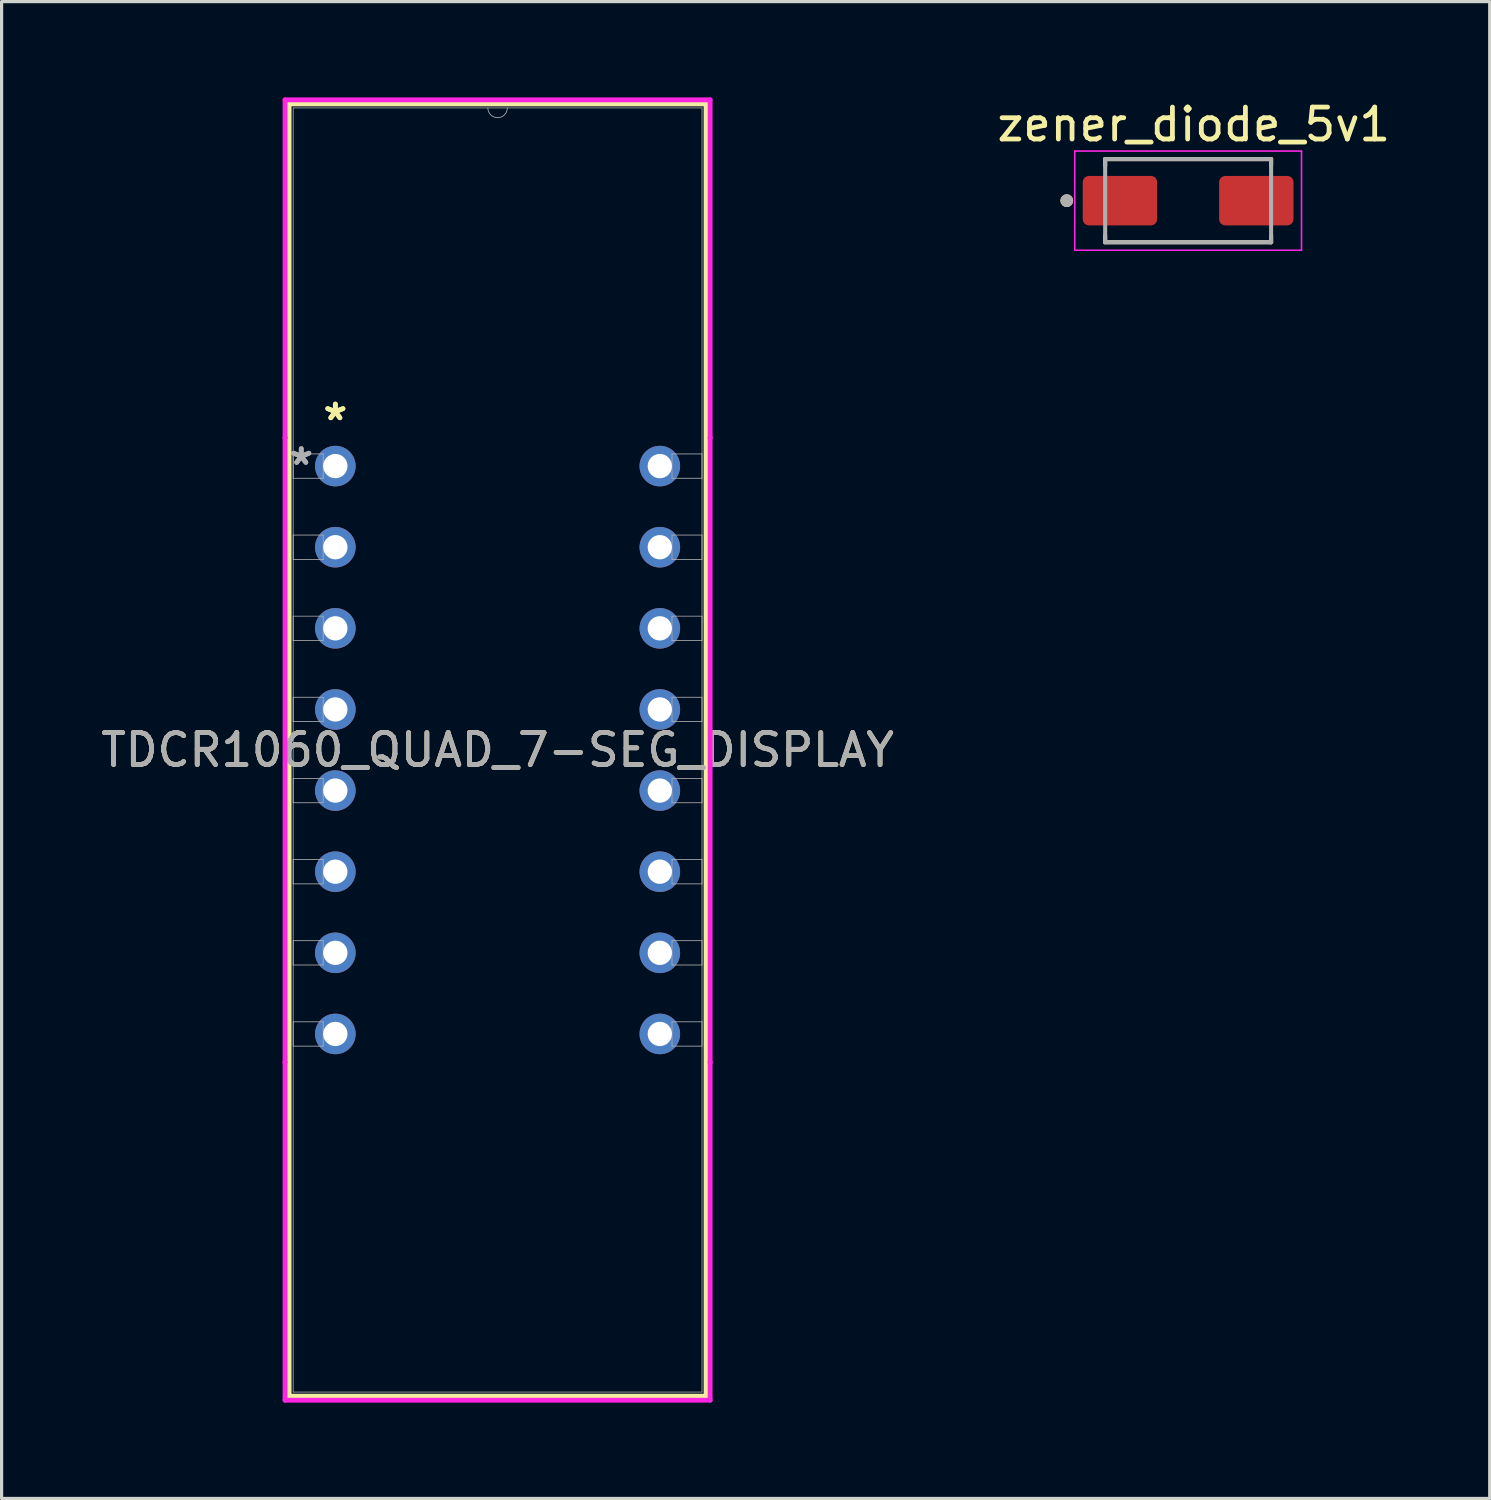
<source format=kicad_pcb>
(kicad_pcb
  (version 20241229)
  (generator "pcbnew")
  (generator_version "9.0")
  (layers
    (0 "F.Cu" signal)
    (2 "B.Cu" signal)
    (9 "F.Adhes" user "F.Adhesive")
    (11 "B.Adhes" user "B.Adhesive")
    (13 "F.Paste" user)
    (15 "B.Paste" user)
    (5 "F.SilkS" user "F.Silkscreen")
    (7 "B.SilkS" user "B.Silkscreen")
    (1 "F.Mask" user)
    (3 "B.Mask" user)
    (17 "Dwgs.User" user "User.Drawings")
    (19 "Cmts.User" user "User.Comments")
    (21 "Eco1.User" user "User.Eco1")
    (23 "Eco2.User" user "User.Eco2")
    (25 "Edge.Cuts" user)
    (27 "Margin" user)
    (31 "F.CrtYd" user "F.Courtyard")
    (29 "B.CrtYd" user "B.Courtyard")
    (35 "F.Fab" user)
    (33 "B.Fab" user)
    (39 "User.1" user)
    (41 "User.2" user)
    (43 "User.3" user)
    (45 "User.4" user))
  (footprint "zener_diode_5v1"
    (layer "F.Cu")
    (at 34.152 3.233)
    (property "Reference" "zener_diode_5v1" (at 0.175 -2.385 0) (layer "F.SilkS") (effects (font (size 1 1) (thickness 0.15))))
    (attr smd)
    (fp_line (start -2.598 -1.302) (end 2.598 -1.302) (stroke (width 0.127) (type solid)) (layer "F.SilkS"))
    (fp_line (start -2.598 -1.095) (end -2.598 -1.302) (stroke (width 0.127) (type solid)) (layer "F.SilkS"))
    (fp_line (start -2.598 1.302) (end -2.598 1.095) (stroke (width 0.127) (type solid)) (layer "F.SilkS"))
    (fp_line (start 2.598 -1.302) (end 2.598 -1.095) (stroke (width 0.127) (type solid)) (layer "F.SilkS"))
    (fp_line (start 2.598 1.302) (end -2.598 1.302) (stroke (width 0.127) (type solid)) (layer "F.SilkS"))
    (fp_line (start 2.598 1.302) (end 2.598 1.095) (stroke (width 0.127) (type solid)) (layer "F.SilkS"))
    (fp_circle (center -3.8 0) (end -3.7 0) (stroke (width 0.2) (type solid)) (fill no) (layer "F.SilkS"))
    (fp_line (start -3.55 -1.552) (end -3.55 1.552) (stroke (width 0.05) (type solid)) (layer "F.CrtYd"))
    (fp_line (start -3.55 1.552) (end 3.55 1.552) (stroke (width 0.05) (type solid)) (layer "F.CrtYd"))
    (fp_line (start 3.55 -1.552) (end -3.55 -1.552) (stroke (width 0.05) (type solid)) (layer "F.CrtYd"))
    (fp_line (start 3.55 1.552) (end 3.55 -1.552) (stroke (width 0.05) (type solid)) (layer "F.CrtYd"))
    (fp_line (start -2.598 -1.302) (end 2.598 -1.302) (stroke (width 0.127) (type solid)) (layer "F.Fab"))
    (fp_line (start -2.598 1.302) (end -2.598 -1.302) (stroke (width 0.127) (type solid)) (layer "F.Fab"))
    (fp_line (start 2.598 -1.302) (end 2.598 1.302) (stroke (width 0.127) (type solid)) (layer "F.Fab"))
    (fp_line (start 2.598 1.302) (end -2.598 1.302) (stroke (width 0.127) (type solid)) (layer "F.Fab"))
    (fp_circle (center -3.8 0) (end -3.7 0) (stroke (width 0.2) (type solid)) (fill no) (layer "F.Fab"))
    (pad "1" smd roundrect (at -2.135 0) (size 2.33 1.55) (layers "F.Cu" "F.Mask" "F.Paste") (roundrect_rratio 0.125))
    (pad "2" smd roundrect (at 2.135 0) (size 2.33 1.55) (layers "F.Cu" "F.Mask" "F.Paste") (roundrect_rratio 0.125)))
  (footprint "TDCR1060_QUAD_7-SEG_DISPLAY"
    (layer "F.Cu")
    (at 7.45 11.544)
    (property "Reference" "TDCR1060_QUAD_7-SEG_DISPLAY" (at 5.08 8.89 0) (unlocked yes) (layer "F.SilkS") (effects (font (size 1 1) (thickness 0.15))))
    (attr through_hole)
    (fp_line (start -1.448 -11.341) (end -1.448 29.121) (stroke (width 0.152) (type solid)) (layer "F.SilkS"))
    (fp_line (start -1.448 29.121) (end 11.608 29.121) (stroke (width 0.152) (type solid)) (layer "F.SilkS"))
    (fp_line (start 11.608 -11.341) (end -1.448 -11.341) (stroke (width 0.152) (type solid)) (layer "F.SilkS"))
    (fp_line (start 11.608 29.121) (end 11.608 -11.341) (stroke (width 0.152) (type solid)) (layer "F.SilkS"))
    (fp_line (start -1.575 -11.468) (end 11.735 -11.468) (stroke (width 0.152) (type solid)) (layer "F.CrtYd"))
    (fp_line (start -1.575 -0.889) (end -1.575 -11.468) (stroke (width 0.152) (type solid)) (layer "F.CrtYd"))
    (fp_line (start -1.575 -0.889) (end -1.575 -0.889) (stroke (width 0.152) (type solid)) (layer "F.CrtYd"))
    (fp_line (start -1.575 18.669) (end -1.575 -0.889) (stroke (width 0.152) (type solid)) (layer "F.CrtYd"))
    (fp_line (start -1.575 18.669) (end -1.575 18.669) (stroke (width 0.152) (type solid)) (layer "F.CrtYd"))
    (fp_line (start -1.575 29.248) (end -1.575 18.669) (stroke (width 0.152) (type solid)) (layer "F.CrtYd"))
    (fp_line (start 11.735 -11.468) (end 11.735 -0.889) (stroke (width 0.152) (type solid)) (layer "F.CrtYd"))
    (fp_line (start 11.735 -0.889) (end 11.735 -0.889) (stroke (width 0.152) (type solid)) (layer "F.CrtYd"))
    (fp_line (start 11.735 -0.889) (end 11.735 18.669) (stroke (width 0.152) (type solid)) (layer "F.CrtYd"))
    (fp_line (start 11.735 18.669) (end 11.735 18.669) (stroke (width 0.152) (type solid)) (layer "F.CrtYd"))
    (fp_line (start 11.735 18.669) (end 11.735 29.248) (stroke (width 0.152) (type solid)) (layer "F.CrtYd"))
    (fp_line (start 11.735 29.248) (end -1.575 29.248) (stroke (width 0.152) (type solid)) (layer "F.CrtYd"))
    (fp_line (start -1.321 -11.214) (end -1.321 28.994) (stroke (width 0.025) (type solid)) (layer "F.Fab"))
    (fp_line (start -1.321 -0.381) (end -0.381 -0.381) (stroke (width 0.025) (type solid)) (layer "F.Fab"))
    (fp_line (start -1.321 0.381) (end -1.321 -0.381) (stroke (width 0.025) (type solid)) (layer "F.Fab"))
    (fp_line (start -1.321 2.159) (end -0.381 2.159) (stroke (width 0.025) (type solid)) (layer "F.Fab"))
    (fp_line (start -1.321 2.921) (end -1.321 2.159) (stroke (width 0.025) (type solid)) (layer "F.Fab"))
    (fp_line (start -1.321 4.699) (end -0.381 4.699) (stroke (width 0.025) (type solid)) (layer "F.Fab"))
    (fp_line (start -1.321 5.461) (end -1.321 4.699) (stroke (width 0.025) (type solid)) (layer "F.Fab"))
    (fp_line (start -1.321 7.239) (end -0.381 7.239) (stroke (width 0.025) (type solid)) (layer "F.Fab"))
    (fp_line (start -1.321 8.001) (end -1.321 7.239) (stroke (width 0.025) (type solid)) (layer "F.Fab"))
    (fp_line (start -1.321 9.779) (end -0.381 9.779) (stroke (width 0.025) (type solid)) (layer "F.Fab"))
    (fp_line (start -1.321 10.541) (end -1.321 9.779) (stroke (width 0.025) (type solid)) (layer "F.Fab"))
    (fp_line (start -1.321 12.319) (end -0.381 12.319) (stroke (width 0.025) (type solid)) (layer "F.Fab"))
    (fp_line (start -1.321 13.081) (end -1.321 12.319) (stroke (width 0.025) (type solid)) (layer "F.Fab"))
    (fp_line (start -1.321 14.859) (end -0.381 14.859) (stroke (width 0.025) (type solid)) (layer "F.Fab"))
    (fp_line (start -1.321 15.621) (end -1.321 14.859) (stroke (width 0.025) (type solid)) (layer "F.Fab"))
    (fp_line (start -1.321 17.399) (end -0.381 17.399) (stroke (width 0.025) (type solid)) (layer "F.Fab"))
    (fp_line (start -1.321 18.161) (end -1.321 17.399) (stroke (width 0.025) (type solid)) (layer "F.Fab"))
    (fp_line (start -1.321 28.994) (end 11.481 28.994) (stroke (width 0.025) (type solid)) (layer "F.Fab"))
    (fp_line (start -0.381 -0.381) (end -0.381 0.381) (stroke (width 0.025) (type solid)) (layer "F.Fab"))
    (fp_line (start -0.381 0.381) (end -1.321 0.381) (stroke (width 0.025) (type solid)) (layer "F.Fab"))
    (fp_line (start -0.381 2.159) (end -0.381 2.921) (stroke (width 0.025) (type solid)) (layer "F.Fab"))
    (fp_line (start -0.381 2.921) (end -1.321 2.921) (stroke (width 0.025) (type solid)) (layer "F.Fab"))
    (fp_line (start -0.381 4.699) (end -0.381 5.461) (stroke (width 0.025) (type solid)) (layer "F.Fab"))
    (fp_line (start -0.381 5.461) (end -1.321 5.461) (stroke (width 0.025) (type solid)) (layer "F.Fab"))
    (fp_line (start -0.381 7.239) (end -0.381 8.001) (stroke (width 0.025) (type solid)) (layer "F.Fab"))
    (fp_line (start -0.381 8.001) (end -1.321 8.001) (stroke (width 0.025) (type solid)) (layer "F.Fab"))
    (fp_line (start -0.381 9.779) (end -0.381 10.541) (stroke (width 0.025) (type solid)) (layer "F.Fab"))
    (fp_line (start -0.381 10.541) (end -1.321 10.541) (stroke (width 0.025) (type solid)) (layer "F.Fab"))
    (fp_line (start -0.381 12.319) (end -0.381 13.081) (stroke (width 0.025) (type solid)) (layer "F.Fab"))
    (fp_line (start -0.381 13.081) (end -1.321 13.081) (stroke (width 0.025) (type solid)) (layer "F.Fab"))
    (fp_line (start -0.381 14.859) (end -0.381 15.621) (stroke (width 0.025) (type solid)) (layer "F.Fab"))
    (fp_line (start -0.381 15.621) (end -1.321 15.621) (stroke (width 0.025) (type solid)) (layer "F.Fab"))
    (fp_line (start -0.381 17.399) (end -0.381 18.161) (stroke (width 0.025) (type solid)) (layer "F.Fab"))
    (fp_line (start -0.381 18.161) (end -1.321 18.161) (stroke (width 0.025) (type solid)) (layer "F.Fab"))
    (fp_line (start 10.541 -0.381) (end 11.481 -0.381) (stroke (width 0.025) (type solid)) (layer "F.Fab"))
    (fp_line (start 10.541 0.381) (end 10.541 -0.381) (stroke (width 0.025) (type solid)) (layer "F.Fab"))
    (fp_line (start 10.541 2.159) (end 11.481 2.159) (stroke (width 0.025) (type solid)) (layer "F.Fab"))
    (fp_line (start 10.541 2.921) (end 10.541 2.159) (stroke (width 0.025) (type solid)) (layer "F.Fab"))
    (fp_line (start 10.541 4.699) (end 11.481 4.699) (stroke (width 0.025) (type solid)) (layer "F.Fab"))
    (fp_line (start 10.541 5.461) (end 10.541 4.699) (stroke (width 0.025) (type solid)) (layer "F.Fab"))
    (fp_line (start 10.541 7.239) (end 11.481 7.239) (stroke (width 0.025) (type solid)) (layer "F.Fab"))
    (fp_line (start 10.541 8.001) (end 10.541 7.239) (stroke (width 0.025) (type solid)) (layer "F.Fab"))
    (fp_line (start 10.541 9.779) (end 11.481 9.779) (stroke (width 0.025) (type solid)) (layer "F.Fab"))
    (fp_line (start 10.541 10.541) (end 10.541 9.779) (stroke (width 0.025) (type solid)) (layer "F.Fab"))
    (fp_line (start 10.541 12.319) (end 11.481 12.319) (stroke (width 0.025) (type solid)) (layer "F.Fab"))
    (fp_line (start 10.541 13.081) (end 10.541 12.319) (stroke (width 0.025) (type solid)) (layer "F.Fab"))
    (fp_line (start 10.541 14.859) (end 11.481 14.859) (stroke (width 0.025) (type solid)) (layer "F.Fab"))
    (fp_line (start 10.541 15.621) (end 10.541 14.859) (stroke (width 0.025) (type solid)) (layer "F.Fab"))
    (fp_line (start 10.541 17.399) (end 11.481 17.399) (stroke (width 0.025) (type solid)) (layer "F.Fab"))
    (fp_line (start 10.541 18.161) (end 10.541 17.399) (stroke (width 0.025) (type solid)) (layer "F.Fab"))
    (fp_line (start 11.481 -11.214) (end -1.321 -11.214) (stroke (width 0.025) (type solid)) (layer "F.Fab"))
    (fp_line (start 11.481 -0.381) (end 11.481 0.381) (stroke (width 0.025) (type solid)) (layer "F.Fab"))
    (fp_line (start 11.481 0.381) (end 10.541 0.381) (stroke (width 0.025) (type solid)) (layer "F.Fab"))
    (fp_line (start 11.481 2.159) (end 11.481 2.921) (stroke (width 0.025) (type solid)) (layer "F.Fab"))
    (fp_line (start 11.481 2.921) (end 10.541 2.921) (stroke (width 0.025) (type solid)) (layer "F.Fab"))
    (fp_line (start 11.481 4.699) (end 11.481 5.461) (stroke (width 0.025) (type solid)) (layer "F.Fab"))
    (fp_line (start 11.481 5.461) (end 10.541 5.461) (stroke (width 0.025) (type solid)) (layer "F.Fab"))
    (fp_line (start 11.481 7.239) (end 11.481 8.001) (stroke (width 0.025) (type solid)) (layer "F.Fab"))
    (fp_line (start 11.481 8.001) (end 10.541 8.001) (stroke (width 0.025) (type solid)) (layer "F.Fab"))
    (fp_line (start 11.481 9.779) (end 11.481 10.541) (stroke (width 0.025) (type solid)) (layer "F.Fab"))
    (fp_line (start 11.481 10.541) (end 10.541 10.541) (stroke (width 0.025) (type solid)) (layer "F.Fab"))
    (fp_line (start 11.481 12.319) (end 11.481 13.081) (stroke (width 0.025) (type solid)) (layer "F.Fab"))
    (fp_line (start 11.481 13.081) (end 10.541 13.081) (stroke (width 0.025) (type solid)) (layer "F.Fab"))
    (fp_line (start 11.481 14.859) (end 11.481 15.621) (stroke (width 0.025) (type solid)) (layer "F.Fab"))
    (fp_line (start 11.481 15.621) (end 10.541 15.621) (stroke (width 0.025) (type solid)) (layer "F.Fab"))
    (fp_line (start 11.481 17.399) (end 11.481 18.161) (stroke (width 0.025) (type solid)) (layer "F.Fab"))
    (fp_line (start 11.481 18.161) (end 10.541 18.161) (stroke (width 0.025) (type solid)) (layer "F.Fab"))
    (fp_line (start 11.481 28.994) (end 11.481 -11.214) (stroke (width 0.025) (type solid)) (layer "F.Fab"))
    (fp_arc (start 5.3848 -11.2141) (mid 5.08 -10.9093) (end 4.7752 -11.2141) (stroke (width 0.0254) (type solid)) (layer "F.Fab"))
    (fp_text user "*" (at 0 -1.397 0) (unlocked yes) (layer "F.SilkS") (effects (font (size 1 1) (thickness 0.15))))
    (fp_text user "*" (at 0 -1.397 0) (layer "F.SilkS") (effects (font (size 1 1) (thickness 0.15))))
    (fp_text user "*" (at -1.067 0 0) (layer "F.Fab") (effects (font (size 1 1) (thickness 0.15))))
    (fp_text user "*" (at -1.067 0 0) (unlocked yes) (layer "F.Fab") (effects (font (size 1 1) (thickness 0.15))))
    (fp_text user "${REFERENCE}" (at 5.08 8.89 0) (unlocked yes) (layer "F.Fab") (effects (font (size 1 1) (thickness 0.15))))
    (pad "1" thru_hole circle (at 0 0) (size 1.27 1.27) (drill 0.762) (layers "*.Cu" "*.Mask"))
    (pad "2" thru_hole circle (at 0 2.54) (size 1.27 1.27) (drill 0.762) (layers "*.Cu" "*.Mask"))
    (pad "3" thru_hole circle (at 0 5.08) (size 1.27 1.27) (drill 0.762) (layers "*.Cu" "*.Mask"))
    (pad "4" thru_hole circle (at 0 7.62) (size 1.27 1.27) (drill 0.762) (layers "*.Cu" "*.Mask"))
    (pad "5" thru_hole circle (at 0 10.16) (size 1.27 1.27) (drill 0.762) (layers "*.Cu" "*.Mask"))
    (pad "6" thru_hole circle (at 0 12.7) (size 1.27 1.27) (drill 0.762) (layers "*.Cu" "*.Mask"))
    (pad "7" thru_hole circle (at 0 15.24) (size 1.27 1.27) (drill 0.762) (layers "*.Cu" "*.Mask"))
    (pad "8" thru_hole circle (at 0 17.78) (size 1.27 1.27) (drill 0.762) (layers "*.Cu" "*.Mask"))
    (pad "9" thru_hole circle (at 10.16 17.78) (size 1.27 1.27) (drill 0.762) (layers "*.Cu" "*.Mask"))
    (pad "10" thru_hole circle (at 10.16 15.24) (size 1.27 1.27) (drill 0.762) (layers "*.Cu" "*.Mask"))
    (pad "11" thru_hole circle (at 10.16 12.7) (size 1.27 1.27) (drill 0.762) (layers "*.Cu" "*.Mask"))
    (pad "12" thru_hole circle (at 10.16 10.16) (size 1.27 1.27) (drill 0.762) (layers "*.Cu" "*.Mask"))
    (pad "13" thru_hole circle (at 10.16 7.62) (size 1.27 1.27) (drill 0.762) (layers "*.Cu" "*.Mask"))
    (pad "14" thru_hole circle (at 10.16 5.08) (size 1.27 1.27) (drill 0.762) (layers "*.Cu" "*.Mask"))
    (pad "15" thru_hole circle (at 10.16 2.54) (size 1.27 1.27) (drill 0.762) (layers "*.Cu" "*.Mask"))
    (pad "16" thru_hole circle (at 10.16 0) (size 1.27 1.27) (drill 0.762) (layers "*.Cu" "*.Mask")))
  (gr_rect
    (start -3 -3)
    (end 43.595 43.869)
    (stroke (width 0.1) (type default))
    (fill no)
    (layer "Edge.Cuts")))
</source>
